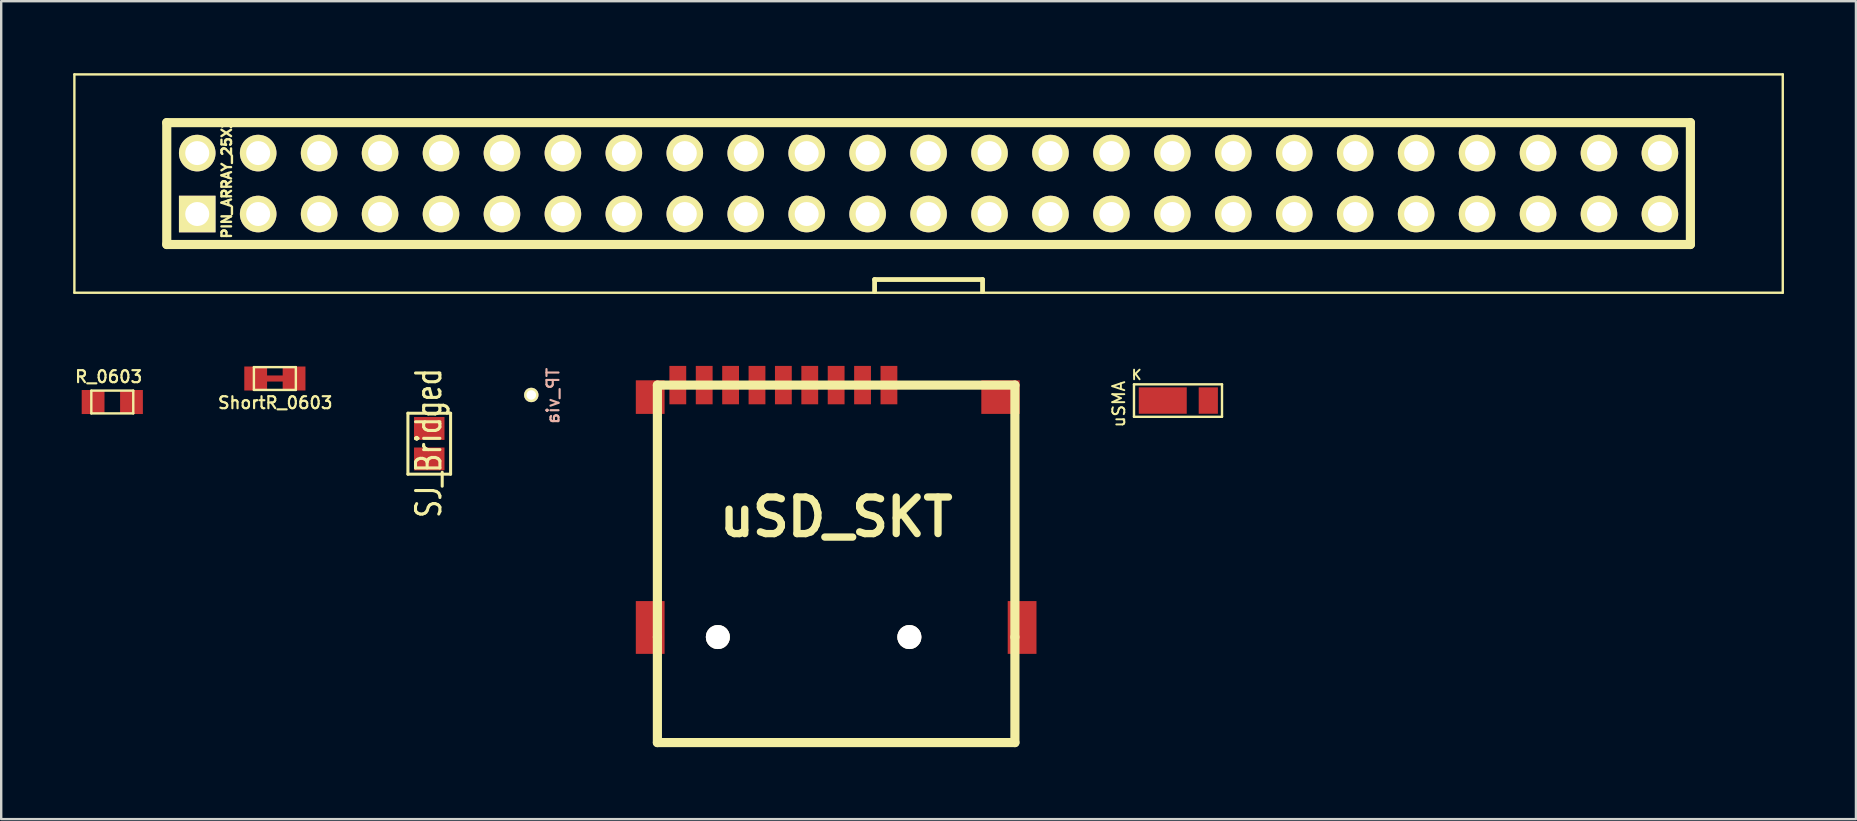
<source format=kicad_pcb>
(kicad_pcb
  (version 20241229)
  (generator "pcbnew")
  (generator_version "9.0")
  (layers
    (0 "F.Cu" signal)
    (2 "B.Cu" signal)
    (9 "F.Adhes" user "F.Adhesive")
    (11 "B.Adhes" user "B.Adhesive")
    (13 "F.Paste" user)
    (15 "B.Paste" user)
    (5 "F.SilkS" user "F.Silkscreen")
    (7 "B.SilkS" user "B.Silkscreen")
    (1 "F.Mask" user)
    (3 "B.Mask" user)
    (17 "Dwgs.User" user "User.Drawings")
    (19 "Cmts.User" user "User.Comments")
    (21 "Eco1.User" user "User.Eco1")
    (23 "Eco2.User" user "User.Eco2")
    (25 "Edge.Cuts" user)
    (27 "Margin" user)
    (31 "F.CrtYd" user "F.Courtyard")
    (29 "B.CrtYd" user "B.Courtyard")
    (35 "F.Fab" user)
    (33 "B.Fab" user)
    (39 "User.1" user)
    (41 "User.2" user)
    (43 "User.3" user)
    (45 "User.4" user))
  (footprint "R_0603"
    (layer "F.Cu")
    (at 1.63 13.705)
    (property "Reference" "R_0603" (at -0.152 -1.054 0) (layer "F.SilkS") (effects (font (size 0.5 0.5) (thickness 0.09))))
    (attr smd)
    (fp_line (start -0.874 -0.475) (end 0.874 -0.475) (stroke (width 0.1) (type solid)) (layer "F.SilkS"))
    (fp_line (start -0.874 0.475) (end -0.874 -0.475) (stroke (width 0.1) (type solid)) (layer "F.SilkS"))
    (fp_line (start 0.874 -0.475) (end 0.874 0.475) (stroke (width 0.1) (type solid)) (layer "F.SilkS"))
    (fp_line (start 0.874 0.475) (end -0.874 0.475) (stroke (width 0.1) (type solid)) (layer "F.SilkS"))
    (pad "1" smd rect (at -0.8 0) (size 0.95 1.001) (layers "F.Cu" "F.Mask" "F.Paste"))
    (pad "2" smd rect (at 0.8 0) (size 0.95 1.001) (layers "F.Cu" "F.Mask" "F.Paste")))
  (footprint "uSMA"
    (layer "F.Cu")
    (at 46.06 13.654)
    (property "Reference" "uSMA" (at -2.48 0.14 90) (layer "F.SilkS") (effects (font (size 0.5 0.5) (thickness 0.08))))
    (attr smd)
    (fp_line (start -1.849 -0.686) (end 1.819 -0.686) (stroke (width 0.1) (type solid)) (layer "F.SilkS"))
    (fp_line (start -1.849 0.666) (end -1.849 -0.686) (stroke (width 0.1) (type solid)) (layer "F.SilkS"))
    (fp_line (start 1.819 -0.686) (end 1.819 0.666) (stroke (width 0.1) (type solid)) (layer "F.SilkS"))
    (fp_line (start 1.819 0.666) (end -1.849 0.666) (stroke (width 0.1) (type solid)) (layer "F.SilkS"))
    (fp_text user "K" (at -1.74 -1.079 0) (layer "F.SilkS") (effects (font (size 0.4 0.4) (thickness 0.08))))
    (pad "1" smd rect (at 1.248 -0.01) (size 0.8 1.1) (layers "F.Cu" "F.Mask" "F.Paste"))
    (pad "2" smd rect (at -0.65 -0.01) (size 2 1.1) (layers "F.Cu" "F.Mask" "F.Paste")))
  (footprint "SJ_Bridged"
    (layer "F.Cu")
    (at 14.84 15.442)
    (property "Reference" "SJ_Bridged" (at -0.02 -0.025 90) (layer "F.SilkS") (effects (font (size 1.016 0.762) (thickness 0.127))))
    (attr exclude_from_pos_files exclude_from_bom)
    (fp_line (start -0.889 -1.27) (end -0.889 1.27) (stroke (width 0.127) (type solid)) (layer "F.SilkS"))
    (fp_line (start -0.889 -1.27) (end 0.889 -1.27) (stroke (width 0.127) (type solid)) (layer "F.SilkS"))
    (fp_line (start 0.889 1.27) (end -0.889 1.27) (stroke (width 0.127) (type solid)) (layer "F.SilkS"))
    (fp_line (start 0.889 1.27) (end 0.889 -1.27) (stroke (width 0.127) (type solid)) (layer "F.SilkS"))
    (pad "1" smd rect (at 0 -0.635) (size 1.27 0.953) (layers "F.Cu" "F.Mask"))
    (pad "2" smd rect (at 0 0.635) (size 1.27 0.953) (layers "F.Cu" "F.Mask")))
  (footprint "TP_via"
    (layer "F.Cu")
    (at 19.072 13.401)
    (property "Reference" "TP_via" (at 0.927 0.051 90) (layer "B.SilkS") (effects (font (size 0.5 0.5) (thickness 0.09)) (justify mirror)))
    (attr through_hole)
    (pad "1" thru_hole circle (at 0.02 0.01) (size 0.599 0.599) (drill 0.399) (layers "*.Cu" "B.Mask" "F.SilkS")))
  (footprint "PIN_ARRAY_25X2"
    (layer "F.Cu")
    (at 35.65 4.6)
    (property "Reference" "PIN_ARRAY_25X2" (at -29.251 -0.201 90) (layer "F.SilkS") (effects (font (size 0.399 0.399) (thickness 0.099))))
    (attr through_hole)
    (fp_line (start -35.6 -4.55) (end 35.6 -4.55) (stroke (width 0.1) (type solid)) (layer "F.SilkS"))
    (fp_line (start -35.6 4.55) (end -35.6 -4.55) (stroke (width 0.1) (type solid)) (layer "F.SilkS"))
    (fp_line (start -31.75 -2.54) (end 31.75 -2.54) (stroke (width 0.381) (type solid)) (layer "F.SilkS"))
    (fp_line (start -31.75 2.54) (end -31.75 -2.54) (stroke (width 0.381) (type solid)) (layer "F.SilkS"))
    (fp_line (start -2.25 4) (end -2.25 4.5) (stroke (width 0.2) (type solid)) (layer "F.SilkS"))
    (fp_line (start -2.25 4) (end 2.25 4) (stroke (width 0.2) (type solid)) (layer "F.SilkS"))
    (fp_line (start 2.25 4) (end 2.25 4.5) (stroke (width 0.2) (type solid)) (layer "F.SilkS"))
    (fp_line (start 31.75 -2.54) (end 31.75 2.54) (stroke (width 0.381) (type solid)) (layer "F.SilkS"))
    (fp_line (start 31.75 2.54) (end -31.75 2.54) (stroke (width 0.381) (type solid)) (layer "F.SilkS"))
    (fp_line (start 35.6 -4.55) (end 35.6 4.55) (stroke (width 0.1) (type solid)) (layer "F.SilkS"))
    (fp_line (start 35.6 4.55) (end -35.6 4.55) (stroke (width 0.1) (type solid)) (layer "F.SilkS"))
    (pad "1" thru_hole rect (at -30.48 1.27) (size 1.524 1.524) (drill 1) (layers "*.Cu" "*.Mask" "F.SilkS"))
    (pad "2" thru_hole circle (at -30.48 -1.27) (size 1.524 1.524) (drill 1) (layers "*.Cu" "*.Mask" "F.SilkS"))
    (pad "3" thru_hole circle (at -27.94 1.27) (size 1.524 1.524) (drill 1) (layers "*.Cu" "*.Mask" "F.SilkS"))
    (pad "4" thru_hole circle (at -27.94 -1.27) (size 1.524 1.524) (drill 1) (layers "*.Cu" "*.Mask" "F.SilkS"))
    (pad "5" thru_hole circle (at -25.4 1.27) (size 1.524 1.524) (drill 1) (layers "*.Cu" "*.Mask" "F.SilkS"))
    (pad "6" thru_hole circle (at -25.4 -1.27) (size 1.524 1.524) (drill 1) (layers "*.Cu" "*.Mask" "F.SilkS"))
    (pad "7" thru_hole circle (at -22.86 1.27) (size 1.524 1.524) (drill 1) (layers "*.Cu" "*.Mask" "F.SilkS"))
    (pad "8" thru_hole circle (at -22.86 -1.27) (size 1.524 1.524) (drill 1) (layers "*.Cu" "*.Mask" "F.SilkS"))
    (pad "9" thru_hole circle (at -20.32 1.27) (size 1.524 1.524) (drill 1) (layers "*.Cu" "*.Mask" "F.SilkS"))
    (pad "10" thru_hole circle (at -20.32 -1.27) (size 1.524 1.524) (drill 1) (layers "*.Cu" "*.Mask" "F.SilkS"))
    (pad "11" thru_hole circle (at -17.78 1.27) (size 1.524 1.524) (drill 1) (layers "*.Cu" "*.Mask" "F.SilkS"))
    (pad "12" thru_hole circle (at -17.78 -1.27) (size 1.524 1.524) (drill 1) (layers "*.Cu" "*.Mask" "F.SilkS"))
    (pad "13" thru_hole circle (at -15.24 1.27) (size 1.524 1.524) (drill 1) (layers "*.Cu" "*.Mask" "F.SilkS"))
    (pad "14" thru_hole circle (at -15.24 -1.27) (size 1.524 1.524) (drill 1) (layers "*.Cu" "*.Mask" "F.SilkS"))
    (pad "15" thru_hole circle (at -12.7 1.27) (size 1.524 1.524) (drill 1) (layers "*.Cu" "*.Mask" "F.SilkS"))
    (pad "16" thru_hole circle (at -12.7 -1.27) (size 1.524 1.524) (drill 1) (layers "*.Cu" "*.Mask" "F.SilkS"))
    (pad "17" thru_hole circle (at -10.16 1.27) (size 1.524 1.524) (drill 1) (layers "*.Cu" "*.Mask" "F.SilkS"))
    (pad "18" thru_hole circle (at -10.16 -1.27) (size 1.524 1.524) (drill 1) (layers "*.Cu" "*.Mask" "F.SilkS"))
    (pad "19" thru_hole circle (at -7.62 1.27) (size 1.524 1.524) (drill 1) (layers "*.Cu" "*.Mask" "F.SilkS"))
    (pad "20" thru_hole circle (at -7.62 -1.27) (size 1.524 1.524) (drill 1) (layers "*.Cu" "*.Mask" "F.SilkS"))
    (pad "21" thru_hole circle (at -5.08 1.27) (size 1.524 1.524) (drill 1) (layers "*.Cu" "*.Mask" "F.SilkS"))
    (pad "22" thru_hole circle (at -5.08 -1.27) (size 1.524 1.524) (drill 1) (layers "*.Cu" "*.Mask" "F.SilkS"))
    (pad "23" thru_hole circle (at -2.54 1.27) (size 1.524 1.524) (drill 1) (layers "*.Cu" "*.Mask" "F.SilkS"))
    (pad "24" thru_hole circle (at -2.54 -1.27) (size 1.524 1.524) (drill 1) (layers "*.Cu" "*.Mask" "F.SilkS"))
    (pad "25" thru_hole circle (at 0 1.27) (size 1.524 1.524) (drill 1) (layers "*.Cu" "*.Mask" "F.SilkS"))
    (pad "26" thru_hole circle (at 0 -1.27) (size 1.524 1.524) (drill 1) (layers "*.Cu" "*.Mask" "F.SilkS"))
    (pad "27" thru_hole circle (at 2.54 1.27) (size 1.524 1.524) (drill 1) (layers "*.Cu" "*.Mask" "F.SilkS"))
    (pad "28" thru_hole circle (at 2.54 -1.27) (size 1.524 1.524) (drill 1) (layers "*.Cu" "*.Mask" "F.SilkS"))
    (pad "29" thru_hole circle (at 5.08 1.27) (size 1.524 1.524) (drill 1) (layers "*.Cu" "*.Mask" "F.SilkS"))
    (pad "30" thru_hole circle (at 5.08 -1.27) (size 1.524 1.524) (drill 1) (layers "*.Cu" "*.Mask" "F.SilkS"))
    (pad "31" thru_hole circle (at 7.62 1.27) (size 1.524 1.524) (drill 1) (layers "*.Cu" "*.Mask" "F.SilkS"))
    (pad "32" thru_hole circle (at 7.62 -1.27) (size 1.524 1.524) (drill 1) (layers "*.Cu" "*.Mask" "F.SilkS"))
    (pad "33" thru_hole circle (at 10.16 1.27) (size 1.524 1.524) (drill 1) (layers "*.Cu" "*.Mask" "F.SilkS"))
    (pad "34" thru_hole circle (at 10.16 -1.27) (size 1.524 1.524) (drill 1) (layers "*.Cu" "*.Mask" "F.SilkS"))
    (pad "35" thru_hole circle (at 12.7 1.27) (size 1.524 1.524) (drill 1) (layers "*.Cu" "*.Mask" "F.SilkS"))
    (pad "36" thru_hole circle (at 12.7 -1.27) (size 1.524 1.524) (drill 1) (layers "*.Cu" "*.Mask" "F.SilkS"))
    (pad "37" thru_hole circle (at 15.24 1.27) (size 1.524 1.524) (drill 1) (layers "*.Cu" "*.Mask" "F.SilkS"))
    (pad "38" thru_hole circle (at 15.24 -1.27) (size 1.524 1.524) (drill 1) (layers "*.Cu" "*.Mask" "F.SilkS"))
    (pad "39" thru_hole circle (at 17.78 1.27) (size 1.524 1.524) (drill 1) (layers "*.Cu" "*.Mask" "F.SilkS"))
    (pad "40" thru_hole circle (at 17.78 -1.27) (size 1.524 1.524) (drill 1) (layers "*.Cu" "*.Mask" "F.SilkS"))
    (pad "41" thru_hole circle (at 20.32 1.27) (size 1.524 1.524) (drill 1) (layers "*.Cu" "*.Mask" "F.SilkS"))
    (pad "42" thru_hole circle (at 20.32 -1.27) (size 1.524 1.524) (drill 1) (layers "*.Cu" "*.Mask" "F.SilkS"))
    (pad "43" thru_hole circle (at 22.86 1.27) (size 1.524 1.524) (drill 1) (layers "*.Cu" "*.Mask" "F.SilkS"))
    (pad "44" thru_hole circle (at 22.86 -1.27) (size 1.524 1.524) (drill 1) (layers "*.Cu" "*.Mask" "F.SilkS"))
    (pad "45" thru_hole circle (at 25.4 1.27) (size 1.524 1.524) (drill 1) (layers "*.Cu" "*.Mask" "F.SilkS"))
    (pad "46" thru_hole circle (at 25.4 -1.27) (size 1.524 1.524) (drill 1) (layers "*.Cu" "*.Mask" "F.SilkS"))
    (pad "47" thru_hole circle (at 27.94 1.27) (size 1.524 1.524) (drill 1) (layers "*.Cu" "*.Mask" "F.SilkS"))
    (pad "48" thru_hole circle (at 27.94 -1.27) (size 1.524 1.524) (drill 1) (layers "*.Cu" "*.Mask" "F.SilkS"))
    (pad "49" thru_hole circle (at 30.48 1.27) (size 1.524 1.524) (drill 1) (layers "*.Cu" "*.Mask" "F.SilkS"))
    (pad "50" thru_hole circle (at 30.48 -1.27) (size 1.524 1.524) (drill 1) (layers "*.Cu" "*.Mask" "F.SilkS")))
  (footprint "ShortR_0603"
    (layer "F.Cu")
    (at 8.406 12.725)
    (property "Reference" "ShortR_0603" (at 0.015 1.011 0) (layer "F.SilkS") (effects (font (size 0.5 0.5) (thickness 0.09))))
    (attr smd)
    (fp_line (start -0.874 -0.475) (end 0.874 -0.475) (stroke (width 0.1) (type solid)) (layer "F.SilkS"))
    (fp_line (start -0.874 0.475) (end -0.874 -0.475) (stroke (width 0.1) (type solid)) (layer "F.SilkS"))
    (fp_line (start 0.874 -0.475) (end 0.874 0.475) (stroke (width 0.1) (type solid)) (layer "F.SilkS"))
    (fp_line (start 0.874 0.475) (end -0.874 0.475) (stroke (width 0.1) (type solid)) (layer "F.SilkS"))
    (pad "0" smd rect (at 0 0) (size 0.75 0.254) (layers "F.Cu" "F.Mask" "F.Paste"))
    (pad "1" smd rect (at -0.8 0) (size 0.95 1.001) (layers "F.Cu" "F.Mask" "F.Paste"))
    (pad "2" smd rect (at 0.8 0) (size 0.95 1.001) (layers "F.Cu" "F.Mask" "F.Paste")))
  (footprint "uSD_SKT"
    (layer "F.Cu")
    (at 31.798 23.5)
    (property "Reference" "uSD_SKT" (at 0 -5.001 0) (layer "F.SilkS") (effects (font (size 1.524 1.524) (thickness 0.305))))
    (attr through_hole)
    (fp_line (start -7.45 -10.5) (end -7.45 0) (stroke (width 0.381) (type solid)) (layer "F.SilkS"))
    (fp_line (start -7.45 -10.5) (end 7.45 -10.5) (stroke (width 0.381) (type solid)) (layer "F.SilkS"))
    (fp_line (start -7.45 0) (end -7.45 4.399) (stroke (width 0.381) (type solid)) (layer "F.SilkS"))
    (fp_line (start -7.45 4.399) (end 7.45 4.399) (stroke (width 0.381) (type solid)) (layer "F.SilkS"))
    (fp_line (start 7.45 -10.5) (end 7.45 0) (stroke (width 0.381) (type solid)) (layer "F.SilkS"))
    (fp_line (start 7.45 0) (end 7.45 4.399) (stroke (width 0.381) (type solid)) (layer "F.SilkS"))
    (pad "1" smd rect (at 2.2 -10.5) (size 0.701 1.6) (layers "F.Cu" "F.Mask" "F.Paste"))
    (pad "2" smd rect (at 1.1 -10.5) (size 0.701 1.6) (layers "F.Cu" "F.Mask" "F.Paste"))
    (pad "3" smd rect (at 0 -10.5) (size 0.701 1.6) (layers "F.Cu" "F.Mask" "F.Paste"))
    (pad "4" smd rect (at -1.1 -10.5) (size 0.701 1.6) (layers "F.Cu" "F.Mask" "F.Paste"))
    (pad "5" smd rect (at -2.2 -10.5) (size 0.701 1.6) (layers "F.Cu" "F.Mask" "F.Paste"))
    (pad "6" smd rect (at -3.299 -10.5) (size 0.701 1.6) (layers "F.Cu" "F.Mask" "F.Paste"))
    (pad "7" smd rect (at -4.399 -10.5) (size 0.701 1.6) (layers "F.Cu" "F.Mask" "F.Paste"))
    (pad "8" smd rect (at -5.499 -10.5) (size 0.701 1.6) (layers "F.Cu" "F.Mask" "F.Paste"))
    (pad "9" smd rect (at -6.599 -10.5) (size 0.701 1.6) (layers "F.Cu" "F.Mask" "F.Paste"))
    (pad "G" smd rect (at -7.75 -10) (size 1.199 1.4) (layers "F.Cu" "F.Mask" "F.Paste"))
    (pad "G" smd rect (at -7.75 -0.399) (size 1.199 2.2) (layers "F.Cu" "F.Mask" "F.Paste"))
    (pad "G" smd rect (at 6.85 -10) (size 1.6 1.4) (layers "F.Cu" "F.Mask" "F.Paste"))
    (pad "G" smd rect (at 7.75 -0.399) (size 1.199 2.2) (layers "F.Cu" "F.Mask" "F.Paste"))
    (pad "H" thru_hole circle (at -4.93 0) (size 1 1) (drill 1) (layers "*.Cu" "*.Mask" "F.SilkS"))
    (pad "H" thru_hole circle (at 3.051 0) (size 1 1) (drill 1) (layers "*.Cu" "*.Mask" "F.SilkS")))
  (gr_rect
    (start -3 -3)
    (end 74.3 31.09)
    (stroke (width 0.1) (type default))
    (fill no)
    (layer "Edge.Cuts")))
</source>
